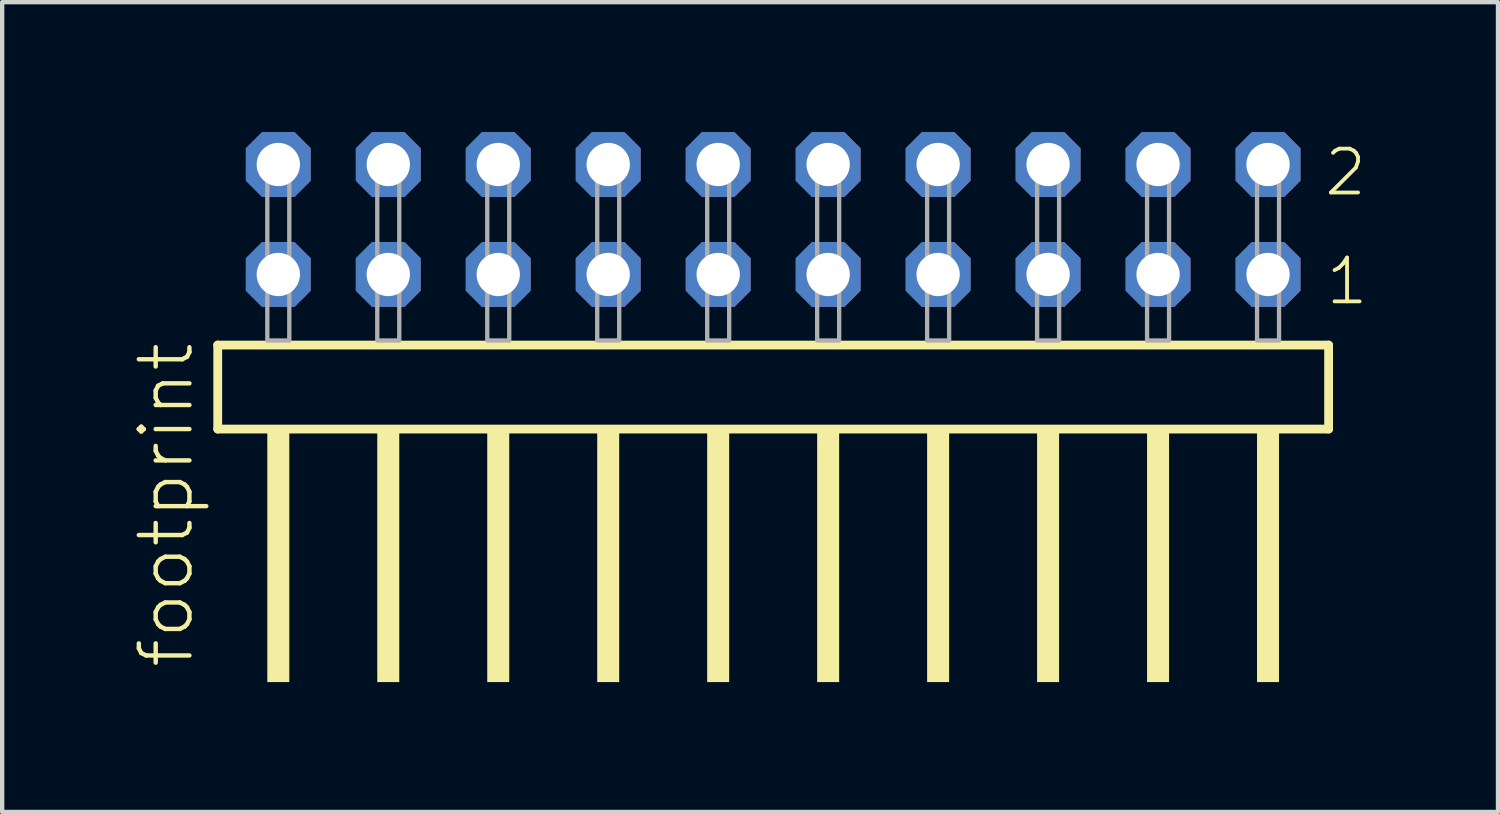
<source format=kicad_pcb>
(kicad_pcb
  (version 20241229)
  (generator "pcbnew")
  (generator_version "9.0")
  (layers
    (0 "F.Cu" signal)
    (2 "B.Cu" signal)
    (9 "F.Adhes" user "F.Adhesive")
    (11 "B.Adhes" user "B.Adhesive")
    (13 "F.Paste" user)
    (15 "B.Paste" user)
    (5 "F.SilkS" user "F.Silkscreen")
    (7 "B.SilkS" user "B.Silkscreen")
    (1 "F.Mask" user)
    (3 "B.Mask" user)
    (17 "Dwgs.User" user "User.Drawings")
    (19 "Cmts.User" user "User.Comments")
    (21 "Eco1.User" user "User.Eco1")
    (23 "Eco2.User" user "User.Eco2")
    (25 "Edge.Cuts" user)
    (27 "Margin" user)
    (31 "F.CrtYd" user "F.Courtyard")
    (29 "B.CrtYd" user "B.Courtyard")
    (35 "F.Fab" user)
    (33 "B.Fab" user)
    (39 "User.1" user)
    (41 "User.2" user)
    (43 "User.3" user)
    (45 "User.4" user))
  (footprint "footprint"
    (layer "F.Cu")
    (at 14.808 4.814)
    (property "Reference" "footprint" (at -13.335 7.62 90) (layer "F.SilkS") (effects (font (size 1.168 1.168) (thickness 0.102)) (justify left bottom)))
    (fp_line (start -12.829 0.106) (end -12.829 2.046) (stroke (width 0.203) (type solid)) (layer "F.SilkS"))
    (fp_line (start -12.829 2.046) (end 12.829 2.046) (stroke (width 0.203) (type solid)) (layer "F.SilkS"))
    (fp_line (start 12.829 0.106) (end -12.829 0.106) (stroke (width 0.203) (type solid)) (layer "F.SilkS"))
    (fp_line (start 12.829 2.046) (end 12.829 0.106) (stroke (width 0.203) (type solid)) (layer "F.SilkS"))
    (fp_poly (pts (xy -11.684 7.89) (xy -11.176 7.89) (xy -11.176 2.04) (xy -11.684 2.04)) (stroke (width 0) (type solid)) (fill yes) (layer "F.SilkS"))
    (fp_poly (pts (xy -9.144 7.89) (xy -8.636 7.89) (xy -8.636 2.04) (xy -9.144 2.04)) (stroke (width 0) (type solid)) (fill yes) (layer "F.SilkS"))
    (fp_poly (pts (xy -6.604 7.89) (xy -6.096 7.89) (xy -6.096 2.04) (xy -6.604 2.04)) (stroke (width 0) (type solid)) (fill yes) (layer "F.SilkS"))
    (fp_poly (pts (xy -4.064 7.89) (xy -3.556 7.89) (xy -3.556 2.04) (xy -4.064 2.04)) (stroke (width 0) (type solid)) (fill yes) (layer "F.SilkS"))
    (fp_poly (pts (xy -1.524 7.89) (xy -1.016 7.89) (xy -1.016 2.04) (xy -1.524 2.04)) (stroke (width 0) (type solid)) (fill yes) (layer "F.SilkS"))
    (fp_poly (pts (xy 1.016 7.89) (xy 1.524 7.89) (xy 1.524 2.04) (xy 1.016 2.04)) (stroke (width 0) (type solid)) (fill yes) (layer "F.SilkS"))
    (fp_poly (pts (xy 3.556 7.89) (xy 4.064 7.89) (xy 4.064 2.04) (xy 3.556 2.04)) (stroke (width 0) (type solid)) (fill yes) (layer "F.SilkS"))
    (fp_poly (pts (xy 6.096 7.89) (xy 6.604 7.89) (xy 6.604 2.04) (xy 6.096 2.04)) (stroke (width 0) (type solid)) (fill yes) (layer "F.SilkS"))
    (fp_poly (pts (xy 8.636 7.89) (xy 9.144 7.89) (xy 9.144 2.04) (xy 8.636 2.04)) (stroke (width 0) (type solid)) (fill yes) (layer "F.SilkS"))
    (fp_poly (pts (xy 11.176 7.89) (xy 11.684 7.89) (xy 11.684 2.04) (xy 11.176 2.04)) (stroke (width 0) (type solid)) (fill yes) (layer "F.SilkS"))
    (fp_poly (pts (xy -11.684 0) (xy -11.176 0) (xy -11.176 -4.318) (xy -11.684 -4.318)) (stroke (width 0.1) (type solid)) (fill no) (layer "F.Fab"))
    (fp_poly (pts (xy -9.144 0) (xy -8.636 0) (xy -8.636 -4.318) (xy -9.144 -4.318)) (stroke (width 0.1) (type solid)) (fill no) (layer "F.Fab"))
    (fp_poly (pts (xy -6.604 0) (xy -6.096 0) (xy -6.096 -4.318) (xy -6.604 -4.318)) (stroke (width 0.1) (type solid)) (fill no) (layer "F.Fab"))
    (fp_poly (pts (xy -4.064 0) (xy -3.556 0) (xy -3.556 -4.318) (xy -4.064 -4.318)) (stroke (width 0.1) (type solid)) (fill no) (layer "F.Fab"))
    (fp_poly (pts (xy -1.524 0) (xy -1.016 0) (xy -1.016 -4.318) (xy -1.524 -4.318)) (stroke (width 0.1) (type solid)) (fill no) (layer "F.Fab"))
    (fp_poly (pts (xy 1.016 0) (xy 1.524 0) (xy 1.524 -4.318) (xy 1.016 -4.318)) (stroke (width 0.1) (type solid)) (fill no) (layer "F.Fab"))
    (fp_poly (pts (xy 3.556 0) (xy 4.064 0) (xy 4.064 -4.318) (xy 3.556 -4.318)) (stroke (width 0.1) (type solid)) (fill no) (layer "F.Fab"))
    (fp_poly (pts (xy 6.096 0) (xy 6.604 0) (xy 6.604 -4.318) (xy 6.096 -4.318)) (stroke (width 0.1) (type solid)) (fill no) (layer "F.Fab"))
    (fp_poly (pts (xy 8.636 0) (xy 9.144 0) (xy 9.144 -4.318) (xy 8.636 -4.318)) (stroke (width 0.1) (type solid)) (fill no) (layer "F.Fab"))
    (fp_poly (pts (xy 11.176 0) (xy 11.684 0) (xy 11.684 -4.318) (xy 11.176 -4.318)) (stroke (width 0.1) (type solid)) (fill no) (layer "F.Fab"))
    (fp_text user "2" (at 12.68 -3.29 0) (layer "F.SilkS") (effects (font (size 1.012 1.012) (thickness 0.088)) (justify left bottom)))
    (fp_text user "1" (at 12.715 -0.775 0) (layer "F.SilkS") (effects (font (size 1.012 1.012) (thickness 0.088)) (justify left bottom)))
    (pad "1" thru_hole roundrect (at 11.43 -1.524 180) (size 1.5 1.5) (drill 1) (layers "*.Cu" "*.Mask") (roundrect_rratio 0.25) (chamfer_ratio 0.25) (chamfer top_left top_right bottom_left bottom_right))
    (pad "2" thru_hole roundrect (at 11.43 -4.064 180) (size 1.5 1.5) (drill 1) (layers "*.Cu" "*.Mask") (roundrect_rratio 0.25) (chamfer_ratio 0.25) (chamfer top_left top_right bottom_left bottom_right))
    (pad "3" thru_hole roundrect (at 8.89 -1.524 180) (size 1.5 1.5) (drill 1) (layers "*.Cu" "*.Mask") (roundrect_rratio 0.25) (chamfer_ratio 0.25) (chamfer top_left top_right bottom_left bottom_right))
    (pad "4" thru_hole roundrect (at 8.89 -4.064 180) (size 1.5 1.5) (drill 1) (layers "*.Cu" "*.Mask") (roundrect_rratio 0.25) (chamfer_ratio 0.25) (chamfer top_left top_right bottom_left bottom_right))
    (pad "5" thru_hole roundrect (at 6.35 -1.524 180) (size 1.5 1.5) (drill 1) (layers "*.Cu" "*.Mask") (roundrect_rratio 0.25) (chamfer_ratio 0.25) (chamfer top_left top_right bottom_left bottom_right))
    (pad "6" thru_hole roundrect (at 6.35 -4.064 180) (size 1.5 1.5) (drill 1) (layers "*.Cu" "*.Mask") (roundrect_rratio 0.25) (chamfer_ratio 0.25) (chamfer top_left top_right bottom_left bottom_right))
    (pad "7" thru_hole roundrect (at 3.81 -1.524 180) (size 1.5 1.5) (drill 1) (layers "*.Cu" "*.Mask") (roundrect_rratio 0.25) (chamfer_ratio 0.25) (chamfer top_left top_right bottom_left bottom_right))
    (pad "8" thru_hole roundrect (at 3.81 -4.064 180) (size 1.5 1.5) (drill 1) (layers "*.Cu" "*.Mask") (roundrect_rratio 0.25) (chamfer_ratio 0.25) (chamfer top_left top_right bottom_left bottom_right))
    (pad "9" thru_hole roundrect (at 1.27 -1.524 180) (size 1.5 1.5) (drill 1) (layers "*.Cu" "*.Mask") (roundrect_rratio 0.25) (chamfer_ratio 0.25) (chamfer top_left top_right bottom_left bottom_right))
    (pad "10" thru_hole roundrect (at 1.27 -4.064 180) (size 1.5 1.5) (drill 1) (layers "*.Cu" "*.Mask") (roundrect_rratio 0.25) (chamfer_ratio 0.25) (chamfer top_left top_right bottom_left bottom_right))
    (pad "11" thru_hole roundrect (at -1.27 -1.524 180) (size 1.5 1.5) (drill 1) (layers "*.Cu" "*.Mask") (roundrect_rratio 0.25) (chamfer_ratio 0.25) (chamfer top_left top_right bottom_left bottom_right))
    (pad "12" thru_hole roundrect (at -1.27 -4.064 180) (size 1.5 1.5) (drill 1) (layers "*.Cu" "*.Mask") (roundrect_rratio 0.25) (chamfer_ratio 0.25) (chamfer top_left top_right bottom_left bottom_right))
    (pad "13" thru_hole roundrect (at -3.81 -1.524 180) (size 1.5 1.5) (drill 1) (layers "*.Cu" "*.Mask") (roundrect_rratio 0.25) (chamfer_ratio 0.25) (chamfer top_left top_right bottom_left bottom_right))
    (pad "14" thru_hole roundrect (at -3.81 -4.064 180) (size 1.5 1.5) (drill 1) (layers "*.Cu" "*.Mask") (roundrect_rratio 0.25) (chamfer_ratio 0.25) (chamfer top_left top_right bottom_left bottom_right))
    (pad "15" thru_hole roundrect (at -6.35 -1.524 180) (size 1.5 1.5) (drill 1) (layers "*.Cu" "*.Mask") (roundrect_rratio 0.25) (chamfer_ratio 0.25) (chamfer top_left top_right bottom_left bottom_right))
    (pad "16" thru_hole roundrect (at -6.35 -4.064 180) (size 1.5 1.5) (drill 1) (layers "*.Cu" "*.Mask") (roundrect_rratio 0.25) (chamfer_ratio 0.25) (chamfer top_left top_right bottom_left bottom_right))
    (pad "17" thru_hole roundrect (at -8.89 -1.524 180) (size 1.5 1.5) (drill 1) (layers "*.Cu" "*.Mask") (roundrect_rratio 0.25) (chamfer_ratio 0.25) (chamfer top_left top_right bottom_left bottom_right))
    (pad "18" thru_hole roundrect (at -8.89 -4.064 180) (size 1.5 1.5) (drill 1) (layers "*.Cu" "*.Mask") (roundrect_rratio 0.25) (chamfer_ratio 0.25) (chamfer top_left top_right bottom_left bottom_right))
    (pad "19" thru_hole roundrect (at -11.43 -1.524 180) (size 1.5 1.5) (drill 1) (layers "*.Cu" "*.Mask") (roundrect_rratio 0.25) (chamfer_ratio 0.25) (chamfer top_left top_right bottom_left bottom_right))
    (pad "20" thru_hole roundrect (at -11.43 -4.064 180) (size 1.5 1.5) (drill 1) (layers "*.Cu" "*.Mask") (roundrect_rratio 0.25) (chamfer_ratio 0.25) (chamfer top_left top_right bottom_left bottom_right)))
  (gr_rect
    (start -3 -3)
    (end 31.549 15.704)
    (stroke (width 0.1) (type default))
    (fill no)
    (layer "Edge.Cuts")))
</source>
